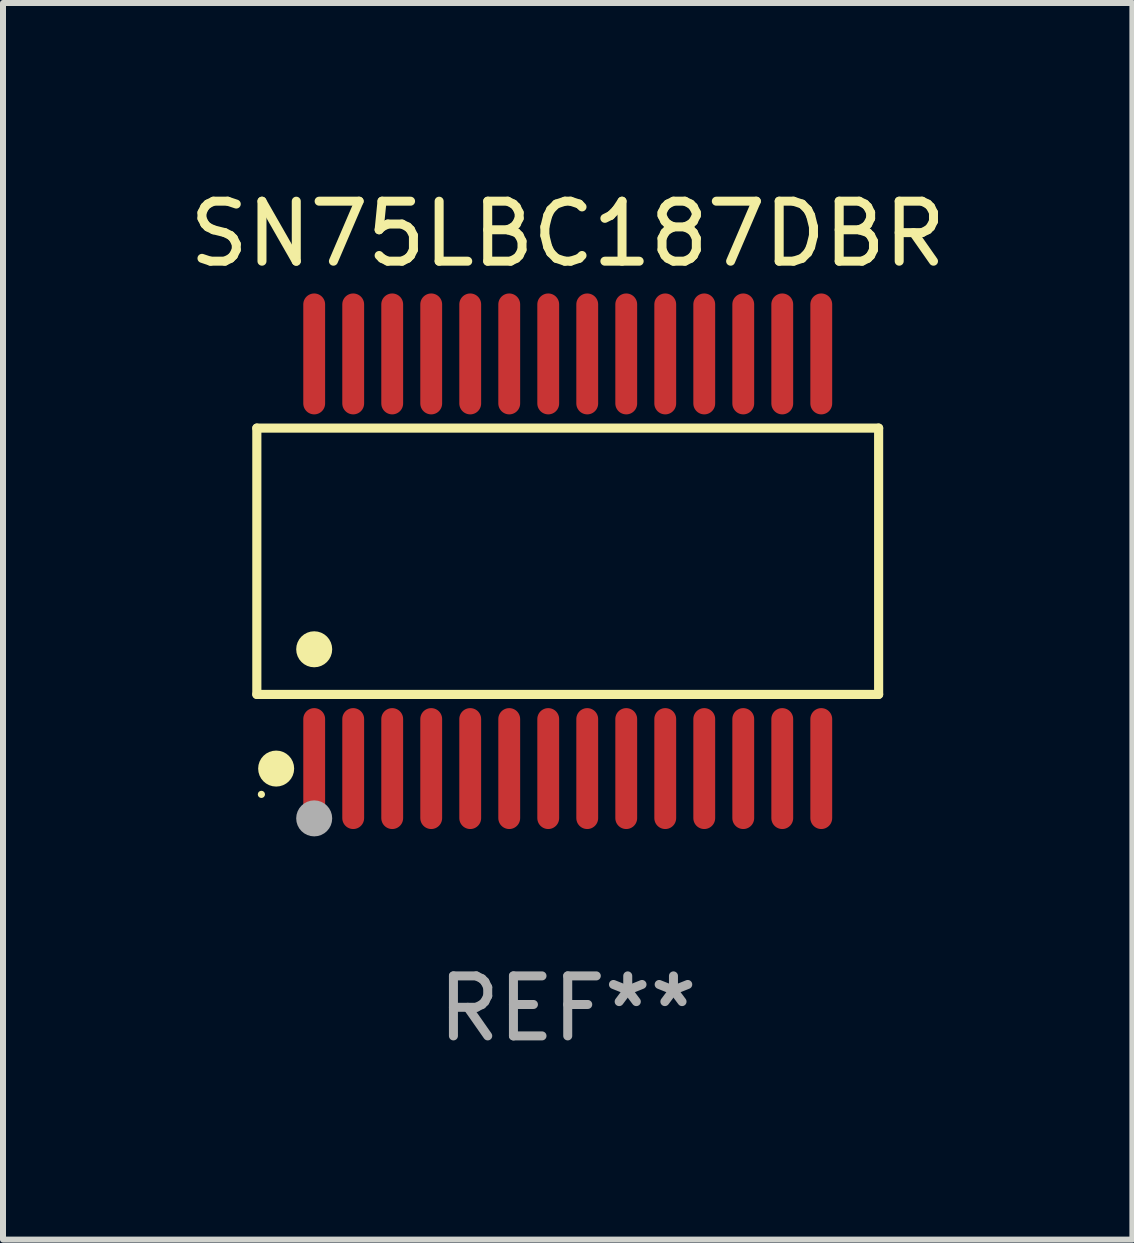
<source format=kicad_pcb>
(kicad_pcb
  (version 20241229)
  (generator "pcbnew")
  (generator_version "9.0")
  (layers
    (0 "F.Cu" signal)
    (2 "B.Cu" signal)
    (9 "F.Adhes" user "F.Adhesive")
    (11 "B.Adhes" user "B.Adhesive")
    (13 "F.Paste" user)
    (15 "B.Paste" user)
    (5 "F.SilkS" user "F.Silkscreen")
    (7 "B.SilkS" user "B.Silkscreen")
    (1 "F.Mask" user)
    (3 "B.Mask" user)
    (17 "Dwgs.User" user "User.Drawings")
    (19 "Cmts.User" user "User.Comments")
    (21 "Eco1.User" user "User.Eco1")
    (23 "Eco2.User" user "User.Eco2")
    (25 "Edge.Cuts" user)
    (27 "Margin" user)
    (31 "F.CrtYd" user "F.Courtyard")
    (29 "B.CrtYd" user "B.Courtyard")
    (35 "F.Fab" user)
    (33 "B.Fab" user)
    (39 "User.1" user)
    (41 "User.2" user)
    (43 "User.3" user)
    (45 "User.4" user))
  (footprint "SN75LBC187DBR"
    (layer "F.Cu")
    (at 6.411 6.303)
    (property "Reference" "SN75LBC187DBR" (at 0 -5.455 0) (layer "F.SilkS") (effects (font (size 1 1) (thickness 0.15))))
    (attr through_hole)
    (fp_line (start -5.181 -2.219) (end 5.181 -2.219) (stroke (width 0.152) (type solid)) (layer "F.SilkS"))
    (fp_line (start -5.181 2.219) (end -5.181 -2.219) (stroke (width 0.152) (type solid)) (layer "F.SilkS"))
    (fp_line (start 5.181 -2.219) (end 5.181 2.219) (stroke (width 0.152) (type solid)) (layer "F.SilkS"))
    (fp_line (start 5.181 2.219) (end -5.181 2.219) (stroke (width 0.152) (type solid)) (layer "F.SilkS"))
    (fp_circle (center -5.105 3.885) (end -5.075 3.885) (stroke (width 0.06) (type solid)) (fill no) (layer "F.SilkS"))
    (fp_circle (center -4.859 3.455) (end -4.709 3.455) (stroke (width 0.3) (type solid)) (fill no) (layer "F.SilkS"))
    (fp_circle (center -4.225 1.467) (end -4.075 1.467) (stroke (width 0.3) (type solid)) (fill no) (layer "F.SilkS"))
    (fp_circle (center -4.225 4.285) (end -4.075 4.285) (stroke (width 0.3) (type solid)) (fill no) (layer "F.Fab"))
    (fp_text user "REF**" (at 0 7.455 0) (layer "F.Fab") (effects (font (size 1 1) (thickness 0.15))))
    (pad "1" smd oval (at -4.225 3.455) (size 0.364 2.015) (layers "F.Cu" "F.Mask" "F.Paste"))
    (pad "2" smd oval (at -3.575 3.455) (size 0.364 2.015) (layers "F.Cu" "F.Mask" "F.Paste"))
    (pad "3" smd oval (at -2.925 3.455) (size 0.364 2.015) (layers "F.Cu" "F.Mask" "F.Paste"))
    (pad "4" smd oval (at -2.275 3.455) (size 0.364 2.015) (layers "F.Cu" "F.Mask" "F.Paste"))
    (pad "5" smd oval (at -1.625 3.455) (size 0.364 2.015) (layers "F.Cu" "F.Mask" "F.Paste"))
    (pad "6" smd oval (at -0.975 3.455) (size 0.364 2.015) (layers "F.Cu" "F.Mask" "F.Paste"))
    (pad "7" smd oval (at -0.325 3.455) (size 0.364 2.015) (layers "F.Cu" "F.Mask" "F.Paste"))
    (pad "8" smd oval (at 0.325 3.455) (size 0.364 2.015) (layers "F.Cu" "F.Mask" "F.Paste"))
    (pad "9" smd oval (at 0.975 3.455) (size 0.364 2.015) (layers "F.Cu" "F.Mask" "F.Paste"))
    (pad "10" smd oval (at 1.625 3.455) (size 0.364 2.015) (layers "F.Cu" "F.Mask" "F.Paste"))
    (pad "11" smd oval (at 2.275 3.455) (size 0.364 2.015) (layers "F.Cu" "F.Mask" "F.Paste"))
    (pad "12" smd oval (at 2.925 3.455) (size 0.364 2.015) (layers "F.Cu" "F.Mask" "F.Paste"))
    (pad "13" smd oval (at 3.575 3.455) (size 0.364 2.015) (layers "F.Cu" "F.Mask" "F.Paste"))
    (pad "14" smd oval (at 4.225 3.455) (size 0.364 2.015) (layers "F.Cu" "F.Mask" "F.Paste"))
    (pad "15" smd oval (at 4.225 -3.455) (size 0.364 2.015) (layers "F.Cu" "F.Mask" "F.Paste"))
    (pad "16" smd oval (at 3.575 -3.455) (size 0.364 2.015) (layers "F.Cu" "F.Mask" "F.Paste"))
    (pad "17" smd oval (at 2.925 -3.455) (size 0.364 2.015) (layers "F.Cu" "F.Mask" "F.Paste"))
    (pad "18" smd oval (at 2.275 -3.455) (size 0.364 2.015) (layers "F.Cu" "F.Mask" "F.Paste"))
    (pad "19" smd oval (at 1.625 -3.455) (size 0.364 2.015) (layers "F.Cu" "F.Mask" "F.Paste"))
    (pad "20" smd oval (at 0.975 -3.455) (size 0.364 2.015) (layers "F.Cu" "F.Mask" "F.Paste"))
    (pad "21" smd oval (at 0.325 -3.455) (size 0.364 2.015) (layers "F.Cu" "F.Mask" "F.Paste"))
    (pad "22" smd oval (at -0.325 -3.455) (size 0.364 2.015) (layers "F.Cu" "F.Mask" "F.Paste"))
    (pad "23" smd oval (at -0.975 -3.455) (size 0.364 2.015) (layers "F.Cu" "F.Mask" "F.Paste"))
    (pad "24" smd oval (at -1.625 -3.455) (size 0.364 2.015) (layers "F.Cu" "F.Mask" "F.Paste"))
    (pad "25" smd oval (at -2.275 -3.455) (size 0.364 2.015) (layers "F.Cu" "F.Mask" "F.Paste"))
    (pad "26" smd oval (at -2.925 -3.455) (size 0.364 2.015) (layers "F.Cu" "F.Mask" "F.Paste"))
    (pad "27" smd oval (at -3.575 -3.455) (size 0.364 2.015) (layers "F.Cu" "F.Mask" "F.Paste"))
    (pad "28" smd oval (at -4.225 -3.455) (size 0.364 2.015) (layers "F.Cu" "F.Mask" "F.Paste")))
  (gr_rect
    (start -3 -3)
    (end 15.821 17.607)
    (stroke (width 0.1) (type default))
    (fill no)
    (layer "Edge.Cuts")))
</source>
